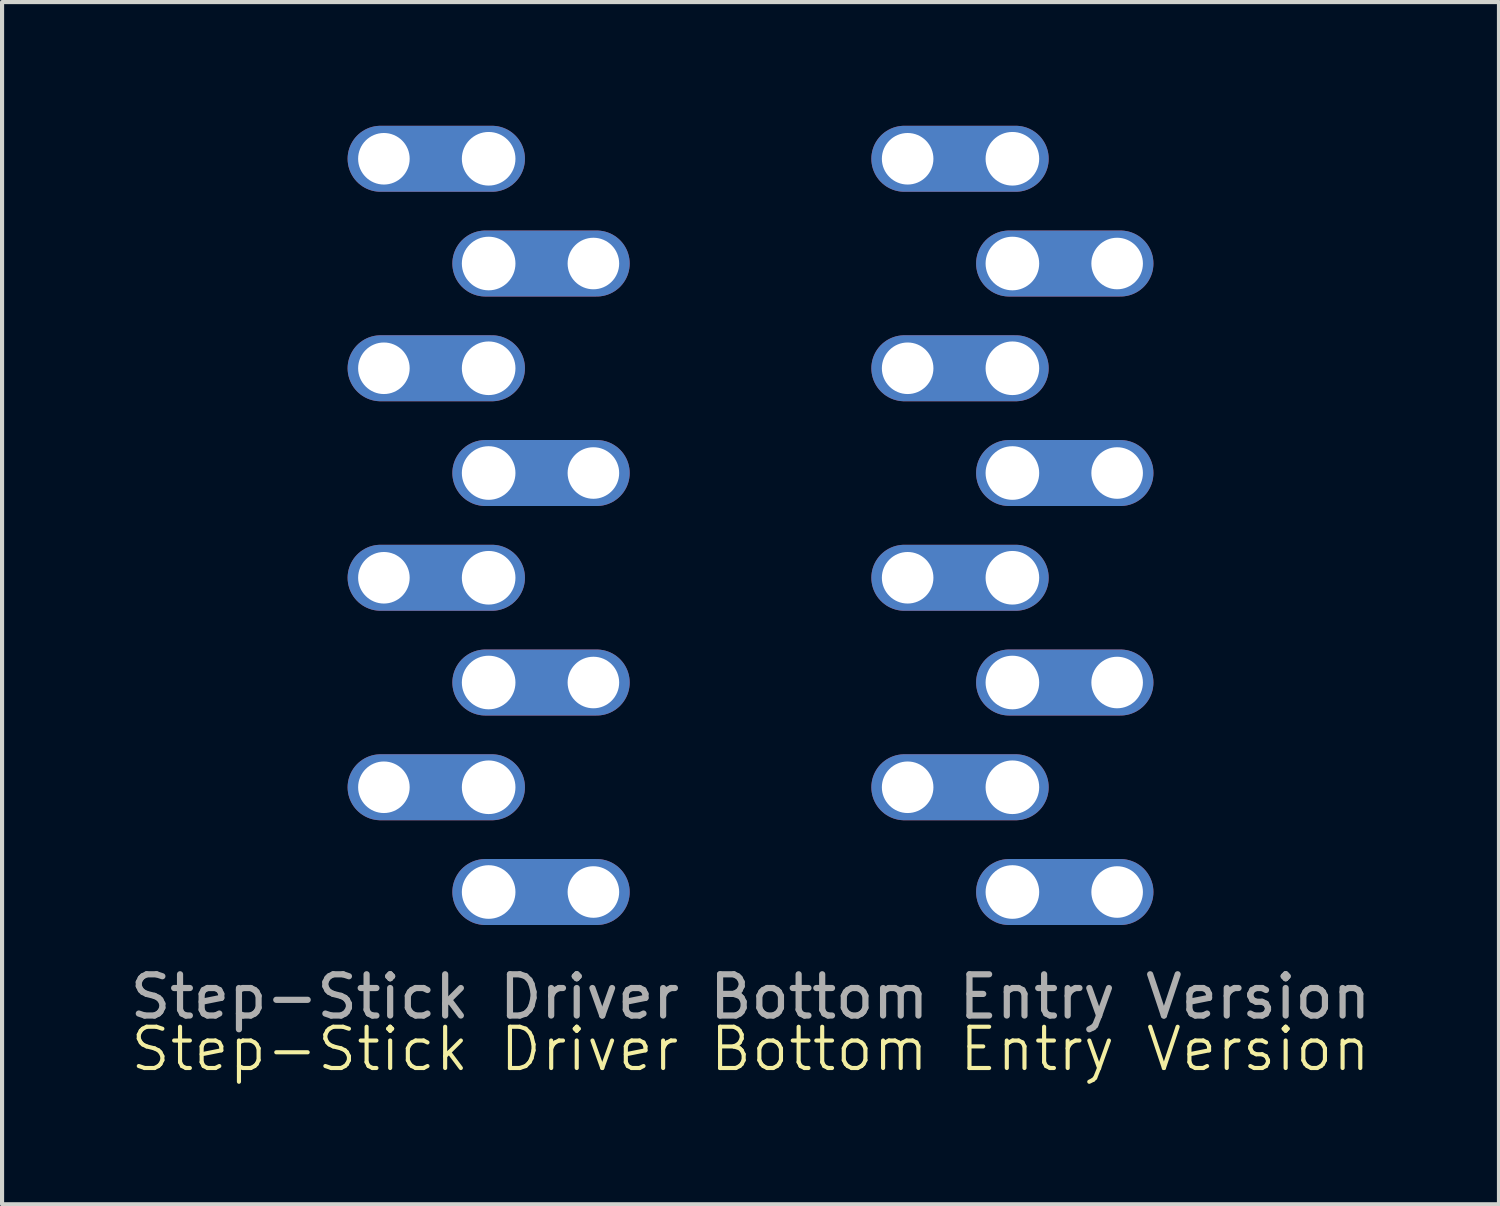
<source format=kicad_pcb>
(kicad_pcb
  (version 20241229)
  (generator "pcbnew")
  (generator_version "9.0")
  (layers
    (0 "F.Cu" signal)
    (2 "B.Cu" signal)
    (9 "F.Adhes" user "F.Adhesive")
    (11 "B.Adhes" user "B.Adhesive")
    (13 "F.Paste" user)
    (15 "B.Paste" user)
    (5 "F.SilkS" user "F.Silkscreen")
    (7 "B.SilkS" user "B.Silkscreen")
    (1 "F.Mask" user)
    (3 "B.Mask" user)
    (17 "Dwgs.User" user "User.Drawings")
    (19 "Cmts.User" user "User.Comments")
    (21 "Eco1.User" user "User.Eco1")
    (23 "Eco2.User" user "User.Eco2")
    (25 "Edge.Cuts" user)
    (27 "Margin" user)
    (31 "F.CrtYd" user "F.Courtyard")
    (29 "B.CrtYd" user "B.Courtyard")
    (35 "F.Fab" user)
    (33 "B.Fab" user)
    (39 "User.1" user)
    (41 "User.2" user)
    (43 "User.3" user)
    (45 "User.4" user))
  (footprint "Step-Stick Driver Bottom Entry Version"
    (layer "F.Cu")
    (at 15.149 9.69)
    (property "Reference" "Step-Stick Driver Bottom Entry Version" (at 0 12.7 0) (unlocked yes) (layer "F.SilkS") (effects (font (size 1 1) (thickness 0.1))))
    (attr through_hole)
    (fp_text user "${REFERENCE}" (at 0 11.43 0) (unlocked yes) (layer "F.Fab") (effects (font (size 1 1) (thickness 0.15))))
    (pad "1" thru_hole oval (at -8.89 -8.89) (size 4.3 1.6) (drill 1.25 (offset 1.27 0)) (layers "*.Cu" "*.Mask"))
    (pad "1" thru_hole circle (at -6.35 -8.89 180) (size 1.55 1.55) (drill 1.3) (layers "*.Cu" "*.Mask"))
    (pad "2" thru_hole circle (at -6.35 -6.35 180) (size 1.55 1.55) (drill 1.3) (layers "*.Cu" "*.Mask"))
    (pad "2" thru_hole oval (at -3.81 -6.35 180) (size 4.3 1.6) (drill 1.25 (offset 1.27 0)) (layers "*.Cu" "*.Mask"))
    (pad "3" thru_hole oval (at -8.89 -3.81) (size 4.3 1.6) (drill 1.25 (offset 1.27 0)) (layers "*.Cu" "*.Mask"))
    (pad "3" thru_hole circle (at -6.35 -3.81 180) (size 1.55 1.55) (drill 1.3) (layers "*.Cu" "*.Mask"))
    (pad "4" thru_hole circle (at -6.35 -1.27 180) (size 1.55 1.55) (drill 1.3) (layers "*.Cu" "*.Mask"))
    (pad "4" thru_hole oval (at -3.81 -1.27 180) (size 4.3 1.6) (drill 1.25 (offset 1.27 0)) (layers "*.Cu" "*.Mask"))
    (pad "5" thru_hole oval (at -8.89 1.27) (size 4.3 1.6) (drill 1.25 (offset 1.27 0)) (layers "*.Cu" "*.Mask"))
    (pad "5" thru_hole circle (at -6.35 1.27 180) (size 1.55 1.55) (drill 1.3) (layers "*.Cu" "*.Mask"))
    (pad "6" thru_hole circle (at -6.35 3.81 180) (size 1.55 1.55) (drill 1.3) (layers "*.Cu" "*.Mask"))
    (pad "6" thru_hole oval (at -3.81 3.81 180) (size 4.3 1.6) (drill 1.25 (offset 1.27 0)) (layers "*.Cu" "*.Mask"))
    (pad "7" thru_hole oval (at -8.89 6.35) (size 4.3 1.6) (drill 1.25 (offset 1.27 0)) (layers "*.Cu" "*.Mask"))
    (pad "7" thru_hole circle (at -6.35 6.35 180) (size 1.55 1.55) (drill 1.3) (layers "*.Cu" "*.Mask"))
    (pad "8" thru_hole circle (at -6.35 8.89 180) (size 1.55 1.55) (drill 1.3) (layers "*.Cu" "*.Mask"))
    (pad "8" thru_hole oval (at -3.81 8.89 180) (size 4.3 1.6) (drill 1.25 (offset 1.27 0)) (layers "*.Cu" "*.Mask"))
    (pad "9" thru_hole circle (at 6.35 8.89 180) (size 1.55 1.55) (drill 1.3) (layers "*.Cu" "*.Mask"))
    (pad "9" thru_hole oval (at 8.89 8.89 180) (size 4.3 1.6) (drill 1.25 (offset 1.27 0)) (layers "*.Cu" "*.Mask"))
    (pad "10" thru_hole oval (at 3.81 6.35) (size 4.3 1.6) (drill 1.25 (offset 1.27 0)) (layers "*.Cu" "*.Mask"))
    (pad "10" thru_hole circle (at 6.35 6.35 180) (size 1.55 1.55) (drill 1.3) (layers "*.Cu" "*.Mask"))
    (pad "11" thru_hole circle (at 6.35 3.81 180) (size 1.55 1.55) (drill 1.3) (layers "*.Cu" "*.Mask"))
    (pad "11" thru_hole oval (at 8.89 3.81 180) (size 4.3 1.6) (drill 1.25 (offset 1.27 0)) (layers "*.Cu" "*.Mask"))
    (pad "12" thru_hole oval (at 3.81 1.27) (size 4.3 1.6) (drill 1.25 (offset 1.27 0)) (layers "*.Cu" "*.Mask"))
    (pad "12" thru_hole circle (at 6.35 1.27 180) (size 1.55 1.55) (drill 1.3) (layers "*.Cu" "*.Mask"))
    (pad "13" thru_hole circle (at 6.35 -1.27 180) (size 1.55 1.55) (drill 1.3) (layers "*.Cu" "*.Mask"))
    (pad "13" thru_hole oval (at 8.89 -1.27 180) (size 4.3 1.6) (drill 1.25 (offset 1.27 0)) (layers "*.Cu" "*.Mask"))
    (pad "14" thru_hole oval (at 3.81 -3.81) (size 4.3 1.6) (drill 1.25 (offset 1.27 0)) (layers "*.Cu" "*.Mask"))
    (pad "14" thru_hole circle (at 6.35 -3.81 180) (size 1.55 1.55) (drill 1.3) (layers "*.Cu" "*.Mask"))
    (pad "15" thru_hole circle (at 6.35 -6.35 180) (size 1.55 1.55) (drill 1.3) (layers "*.Cu" "*.Mask"))
    (pad "15" thru_hole oval (at 8.89 -6.35 180) (size 4.3 1.6) (drill 1.25 (offset 1.27 0)) (layers "*.Cu" "*.Mask"))
    (pad "16" thru_hole oval (at 3.81 -8.89) (size 4.3 1.6) (drill 1.25 (offset 1.27 0)) (layers "*.Cu" "*.Mask"))
    (pad "16" thru_hole circle (at 6.35 -8.89 180) (size 1.55 1.55) (drill 1.3) (layers "*.Cu" "*.Mask")))
  (gr_rect
    (start -3 -3)
    (end 33.298 26.151)
    (stroke (width 0.1) (type default))
    (fill no)
    (layer "Edge.Cuts")))
</source>
